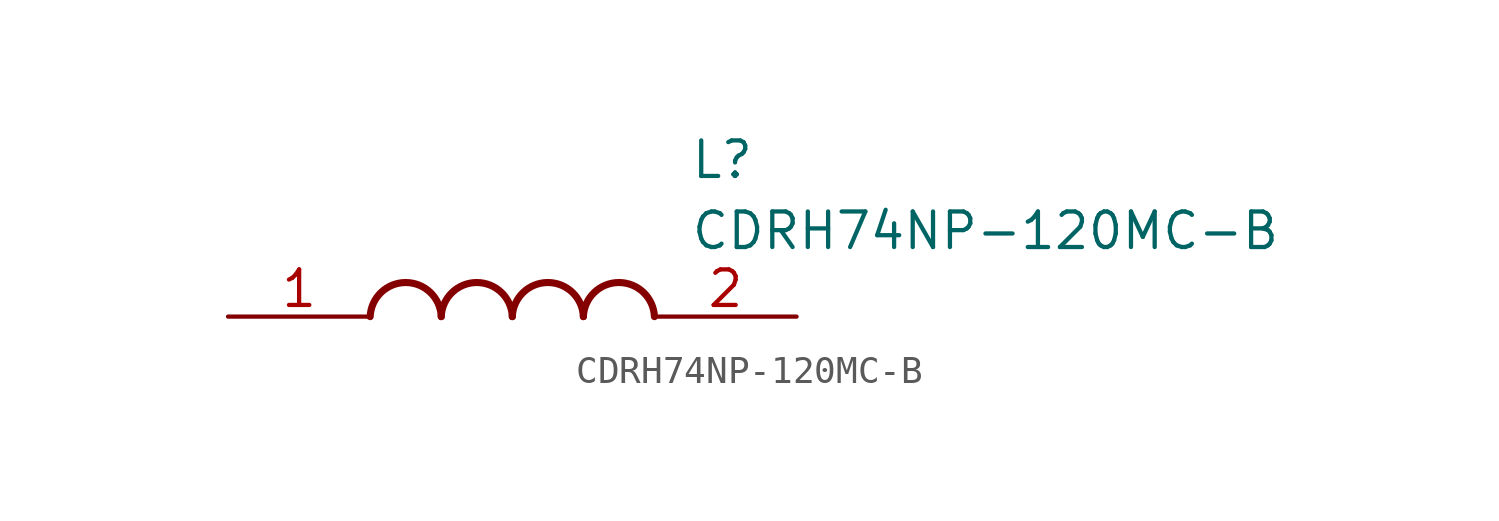
<source format=kicad_sym>
(kicad_symbol_lib
  (version 20211014)
  (generator SamacSys_ECAD_Model)
  (symbol "CDRH74NP-120MC-B"
    (pin_names hide)
    (property "Reference" "L"
      (at 16.51 6.35 0)
      (effects (font (size 1.27 1.27)) (justify left top)))
    (property "Value" "CDRH74NP-120MC-B"
      (at 16.51 3.81 0)
      (effects (font (size 1.27 1.27)) (justify left top)))
    (arc
      (start 7.62 0)
      (mid 6.35 1.219)
      (end 5.08 0)
      (stroke (width 0.254) (type default))
      (fill (type none)))
    (arc
      (start 10.16 0)
      (mid 8.89 1.219)
      (end 7.62 0)
      (stroke (width 0.254) (type default))
      (fill (type none)))
    (arc
      (start 12.7 0)
      (mid 11.43 1.219)
      (end 10.16 0)
      (stroke (width 0.254) (type default))
      (fill (type none)))
    (arc
      (start 15.24 0)
      (mid 13.97 1.219)
      (end 12.7 0)
      (stroke (width 0.254) (type default))
      (fill (type none)))
    (pin passive line
      (at 0 0 0)
      (length 5.08)
      (name "1" (effects (font (size 1.27 1.27))))
      (number "1" (effects (font (size 1.27 1.27)))))
    (pin passive line
      (at 20.32 0 180)
      (length 5.08)
      (name "2" (effects (font (size 1.27 1.27))))
      (number "2" (effects (font (size 1.27 1.27)))))))
</source>
